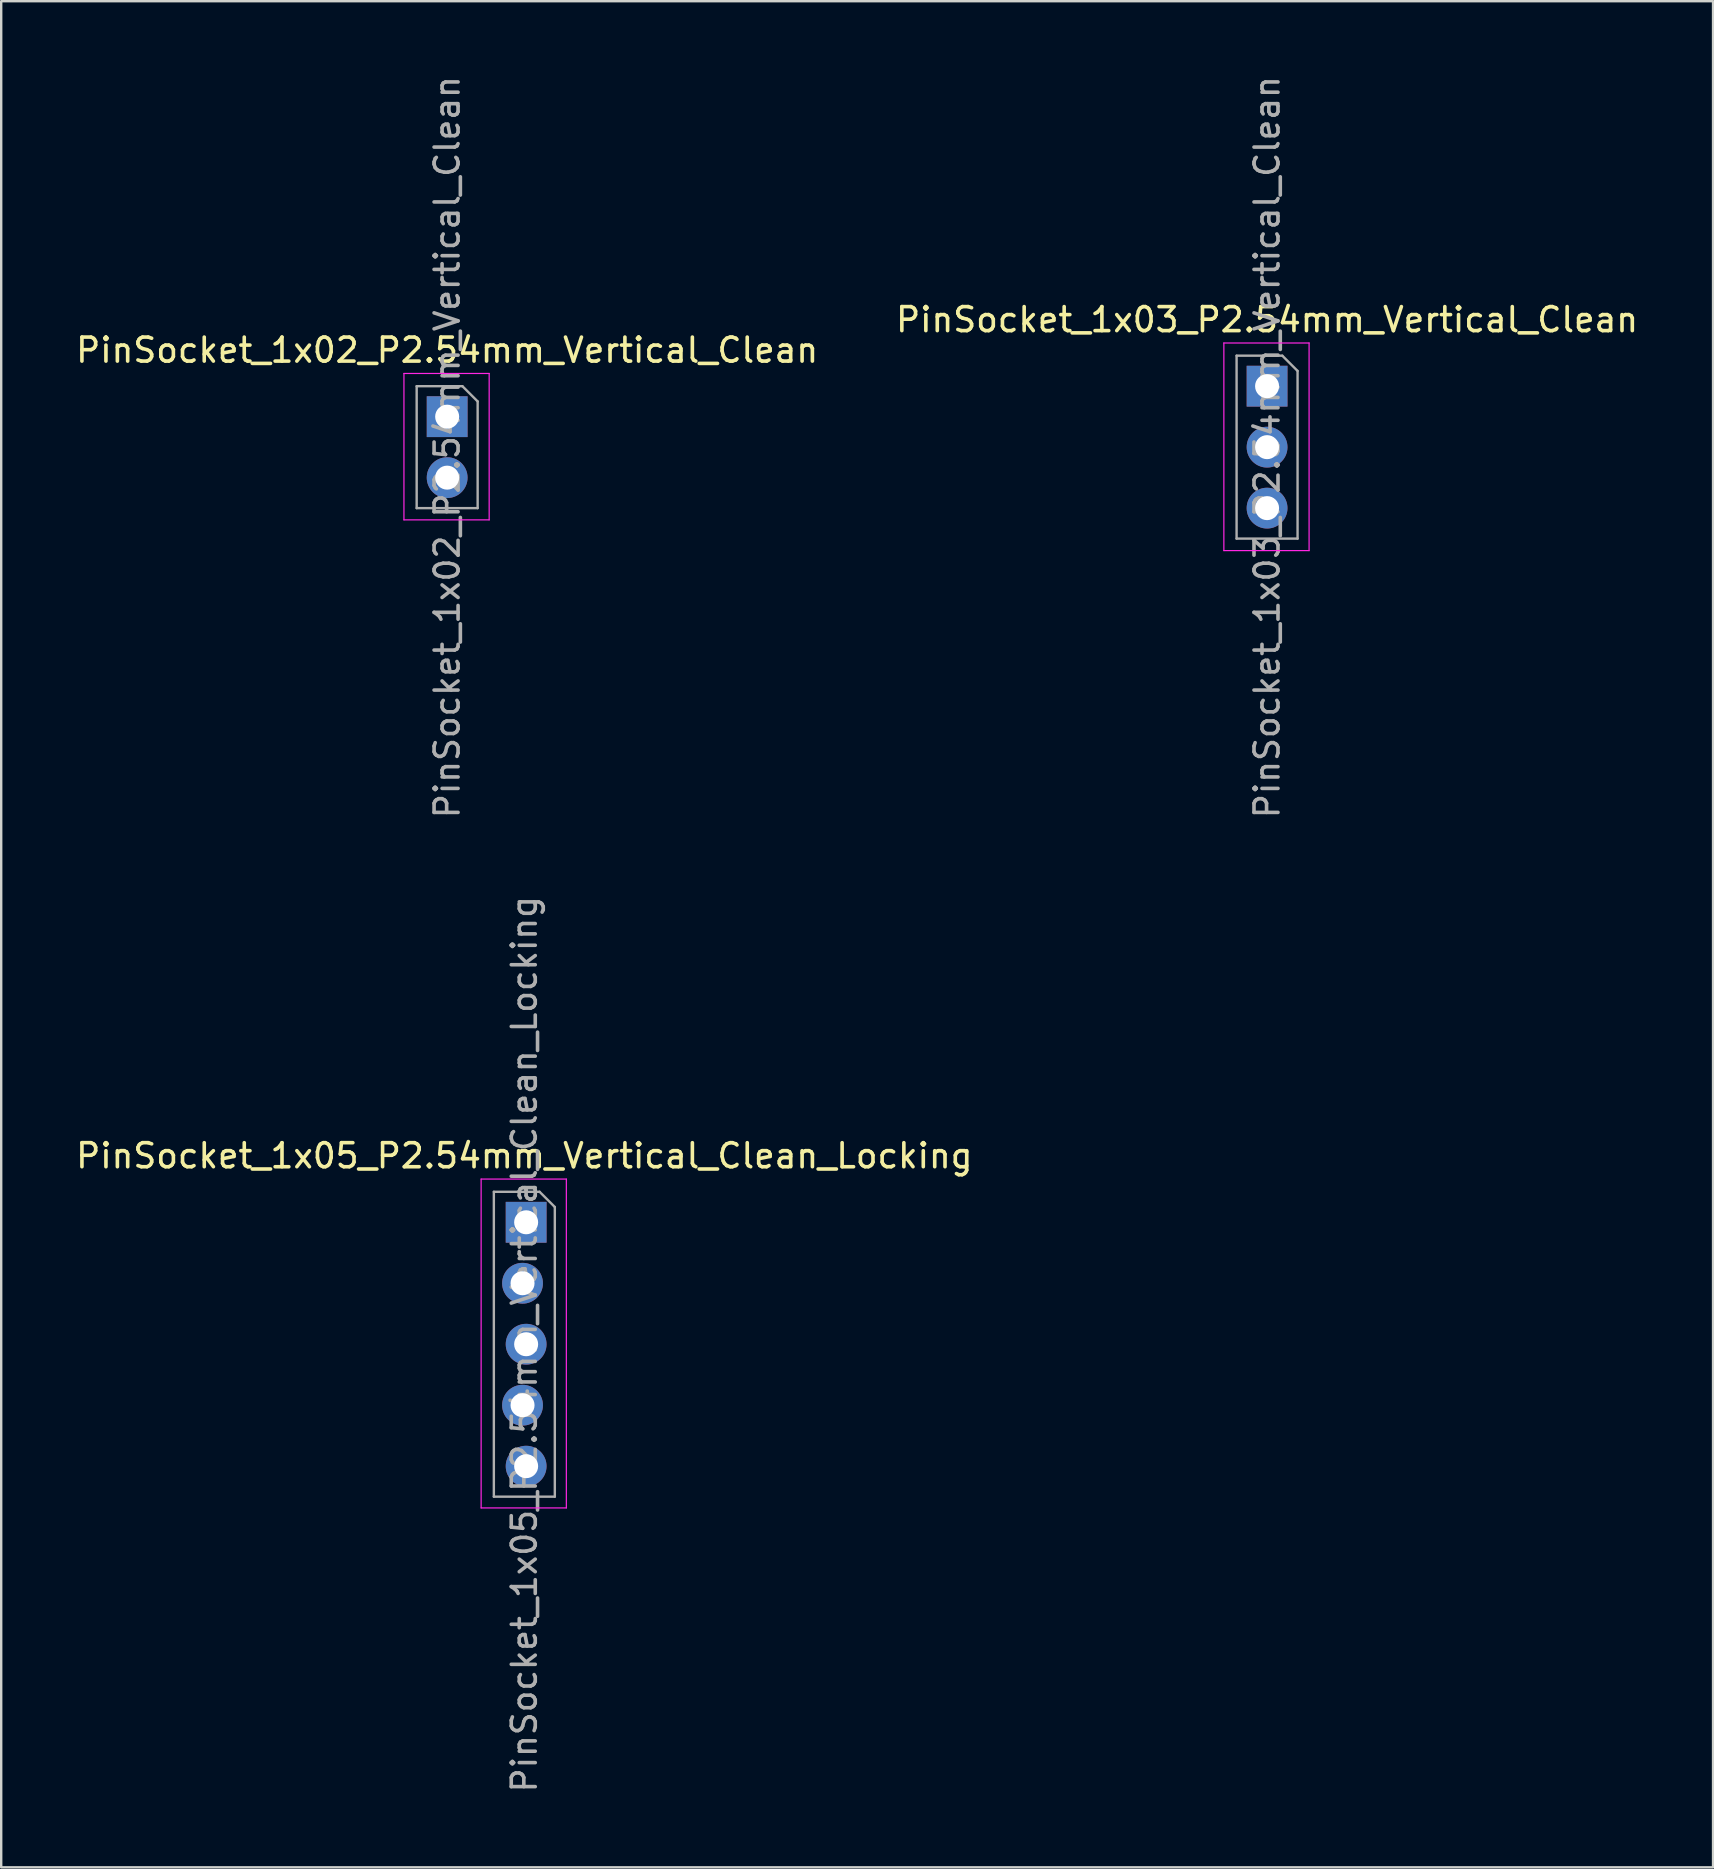
<source format=kicad_pcb>
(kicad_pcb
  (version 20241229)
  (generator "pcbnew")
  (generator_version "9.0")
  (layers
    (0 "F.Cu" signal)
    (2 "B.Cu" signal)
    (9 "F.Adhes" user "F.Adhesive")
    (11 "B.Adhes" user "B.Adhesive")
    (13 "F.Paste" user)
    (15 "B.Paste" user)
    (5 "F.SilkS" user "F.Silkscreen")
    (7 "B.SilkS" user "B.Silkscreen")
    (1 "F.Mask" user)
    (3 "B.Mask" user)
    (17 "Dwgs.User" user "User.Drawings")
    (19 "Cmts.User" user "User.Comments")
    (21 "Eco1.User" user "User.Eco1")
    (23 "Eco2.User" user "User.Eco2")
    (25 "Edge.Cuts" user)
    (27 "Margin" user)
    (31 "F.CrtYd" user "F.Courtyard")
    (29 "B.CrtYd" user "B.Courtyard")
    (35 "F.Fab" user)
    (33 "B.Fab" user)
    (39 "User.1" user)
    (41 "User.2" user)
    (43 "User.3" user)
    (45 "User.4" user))
  (footprint "PinSocket_1x05_P2.54mm_Vertical_Clean_Locking"
    (layer "F.Cu")
    (at 18.792 47.866)
    (property "Reference" "PinSocket_1x05_P2.54mm_Vertical_Clean_Locking" (at 0 -2.77 0) (layer "F.SilkS") (effects (font (size 1 1) (thickness 0.15))))
    (attr through_hole)
    (fp_line (start -1.8 -1.8) (end 1.75 -1.8) (stroke (width 0.05) (type solid)) (layer "F.CrtYd"))
    (fp_line (start -1.8 11.9) (end -1.8 -1.8) (stroke (width 0.05) (type solid)) (layer "F.CrtYd"))
    (fp_line (start 1.75 -1.8) (end 1.75 11.9) (stroke (width 0.05) (type solid)) (layer "F.CrtYd"))
    (fp_line (start 1.75 11.9) (end -1.8 11.9) (stroke (width 0.05) (type solid)) (layer "F.CrtYd"))
    (fp_line (start -1.27 -1.27) (end 0.635 -1.27) (stroke (width 0.1) (type solid)) (layer "F.Fab"))
    (fp_line (start -1.27 11.43) (end -1.27 -1.27) (stroke (width 0.1) (type solid)) (layer "F.Fab"))
    (fp_line (start 0.635 -1.27) (end 1.27 -0.635) (stroke (width 0.1) (type solid)) (layer "F.Fab"))
    (fp_line (start 1.27 -0.635) (end 1.27 11.43) (stroke (width 0.1) (type solid)) (layer "F.Fab"))
    (fp_line (start 1.27 11.43) (end -1.27 11.43) (stroke (width 0.1) (type solid)) (layer "F.Fab"))
    (fp_text user "${REFERENCE}" (at 0 5.08 90) (layer "F.Fab") (effects (font (size 1 1) (thickness 0.15))))
    (pad "1" thru_hole rect (at 0.075 0) (size 1.7 1.7) (drill 1) (layers "*.Cu" "*.Mask"))
    (pad "2" thru_hole oval (at -0.075 2.54) (size 1.7 1.7) (drill 1) (layers "*.Cu" "*.Mask"))
    (pad "3" thru_hole oval (at 0.075 5.08) (size 1.7 1.7) (drill 1) (layers "*.Cu" "*.Mask"))
    (pad "4" thru_hole oval (at -0.075 7.62) (size 1.7 1.7) (drill 1) (layers "*.Cu" "*.Mask"))
    (pad "5" thru_hole oval (at 0.075 10.16) (size 1.7 1.7) (drill 1) (layers "*.Cu" "*.Mask")))
  (footprint "PinSocket_1x03_P2.54mm_Vertical_Clean"
    (layer "F.Cu")
    (at 49.732 13.037)
    (property "Reference" "PinSocket_1x03_P2.54mm_Vertical_Clean" (at 0 -2.77 0) (layer "F.SilkS") (effects (font (size 1 1) (thickness 0.15))))
    (attr through_hole)
    (fp_line (start -1.8 -1.8) (end 1.75 -1.8) (stroke (width 0.05) (type solid)) (layer "F.CrtYd"))
    (fp_line (start -1.8 6.85) (end -1.8 -1.8) (stroke (width 0.05) (type solid)) (layer "F.CrtYd"))
    (fp_line (start 1.75 -1.8) (end 1.75 6.85) (stroke (width 0.05) (type solid)) (layer "F.CrtYd"))
    (fp_line (start 1.75 6.85) (end -1.8 6.85) (stroke (width 0.05) (type solid)) (layer "F.CrtYd"))
    (fp_line (start -1.27 -1.27) (end 0.635 -1.27) (stroke (width 0.1) (type solid)) (layer "F.Fab"))
    (fp_line (start -1.27 6.35) (end -1.27 -1.27) (stroke (width 0.1) (type solid)) (layer "F.Fab"))
    (fp_line (start 0.635 -1.27) (end 1.27 -0.635) (stroke (width 0.1) (type solid)) (layer "F.Fab"))
    (fp_line (start 1.27 -0.635) (end 1.27 6.35) (stroke (width 0.1) (type solid)) (layer "F.Fab"))
    (fp_line (start 1.27 6.35) (end -1.27 6.35) (stroke (width 0.1) (type solid)) (layer "F.Fab"))
    (fp_text user "${REFERENCE}" (at 0 2.54 90) (layer "F.Fab") (effects (font (size 1 1) (thickness 0.15))))
    (pad "1" thru_hole rect (at 0 0) (size 1.7 1.7) (drill 1) (layers "*.Cu" "*.Mask"))
    (pad "2" thru_hole oval (at 0 2.54) (size 1.7 1.7) (drill 1) (layers "*.Cu" "*.Mask"))
    (pad "3" thru_hole oval (at 0 5.08) (size 1.7 1.7) (drill 1) (layers "*.Cu" "*.Mask")))
  (footprint "PinSocket_1x02_P2.54mm_Vertical_Clean"
    (layer "F.Cu")
    (at 15.577 14.307)
    (property "Reference" "PinSocket_1x02_P2.54mm_Vertical_Clean" (at 0 -2.77 0) (layer "F.SilkS") (effects (font (size 1 1) (thickness 0.15))))
    (attr through_hole)
    (fp_line (start -1.8 -1.8) (end 1.75 -1.8) (stroke (width 0.05) (type solid)) (layer "F.CrtYd"))
    (fp_line (start -1.8 4.3) (end -1.8 -1.8) (stroke (width 0.05) (type solid)) (layer "F.CrtYd"))
    (fp_line (start 1.75 -1.8) (end 1.75 4.3) (stroke (width 0.05) (type solid)) (layer "F.CrtYd"))
    (fp_line (start 1.75 4.3) (end -1.8 4.3) (stroke (width 0.05) (type solid)) (layer "F.CrtYd"))
    (fp_line (start -1.27 -1.27) (end 0.635 -1.27) (stroke (width 0.1) (type solid)) (layer "F.Fab"))
    (fp_line (start -1.27 3.81) (end -1.27 -1.27) (stroke (width 0.1) (type solid)) (layer "F.Fab"))
    (fp_line (start 0.635 -1.27) (end 1.27 -0.635) (stroke (width 0.1) (type solid)) (layer "F.Fab"))
    (fp_line (start 1.27 -0.635) (end 1.27 3.81) (stroke (width 0.1) (type solid)) (layer "F.Fab"))
    (fp_line (start 1.27 3.81) (end -1.27 3.81) (stroke (width 0.1) (type solid)) (layer "F.Fab"))
    (fp_text user "${REFERENCE}" (at 0 1.27 90) (layer "F.Fab") (effects (font (size 1 1) (thickness 0.15))))
    (pad "1" thru_hole rect (at 0 0) (size 1.7 1.7) (drill 1) (layers "*.Cu" "*.Mask"))
    (pad "2" thru_hole oval (at 0 2.54) (size 1.7 1.7) (drill 1) (layers "*.Cu" "*.Mask")))
  (gr_rect
    (start -3 -3)
    (end 68.31 74.738)
    (stroke (width 0.1) (type default))
    (fill no)
    (layer "Edge.Cuts")))
</source>
